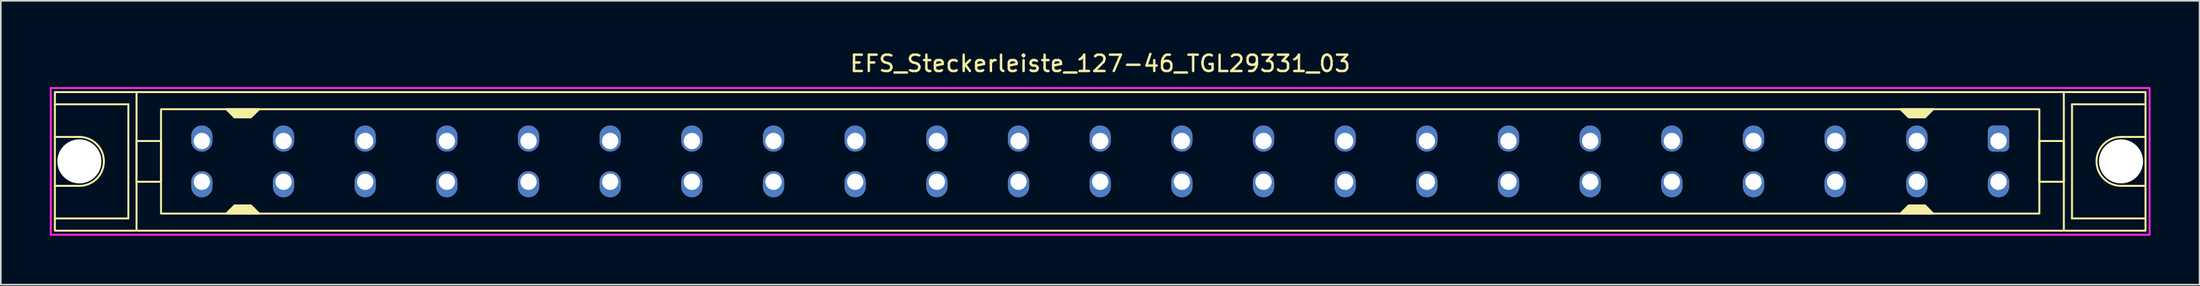
<source format=kicad_pcb>
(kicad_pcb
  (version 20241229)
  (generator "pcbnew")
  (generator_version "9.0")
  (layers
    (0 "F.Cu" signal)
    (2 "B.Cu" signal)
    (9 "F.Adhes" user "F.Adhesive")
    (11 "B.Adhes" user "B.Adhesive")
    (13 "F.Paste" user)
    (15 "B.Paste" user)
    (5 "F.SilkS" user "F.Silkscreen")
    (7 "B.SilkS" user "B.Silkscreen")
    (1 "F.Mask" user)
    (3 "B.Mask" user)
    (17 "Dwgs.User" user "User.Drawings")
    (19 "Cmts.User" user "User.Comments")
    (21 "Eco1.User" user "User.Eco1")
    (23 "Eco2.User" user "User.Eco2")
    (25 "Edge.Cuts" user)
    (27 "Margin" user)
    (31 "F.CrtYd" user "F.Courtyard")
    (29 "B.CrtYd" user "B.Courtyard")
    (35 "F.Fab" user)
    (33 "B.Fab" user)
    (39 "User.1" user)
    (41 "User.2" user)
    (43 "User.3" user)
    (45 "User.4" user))
  (footprint "EFS_Steckerleiste_127-46_TGL29331_03"
    (layer "F.Cu")
    (at 64.31 6.848)
    (property "Reference" "EFS_Steckerleiste_127-46_TGL29331_03" (at 0 -6 180) (layer "F.SilkS") (effects (font (size 1 1) (thickness 0.15))))
    (attr through_hole)
    (fp_line (start -64 -3.5) (end -59.5 -3.5) (stroke (width 0.12) (type solid)) (layer "F.SilkS"))
    (fp_line (start -62.5 -1.5) (end -64 -1.5) (stroke (width 0.12) (type solid)) (layer "F.SilkS"))
    (fp_line (start -62.5 1.5) (end -64 1.5) (stroke (width 0.12) (type solid)) (layer "F.SilkS"))
    (fp_line (start -59.5 -3.5) (end -59.5 3.5) (stroke (width 0.12) (type solid)) (layer "F.SilkS"))
    (fp_line (start -59.5 3.5) (end -64 3.5) (stroke (width 0.12) (type solid)) (layer "F.SilkS"))
    (fp_line (start -59 4.25) (end -59 -4.25) (stroke (width 0.12) (type solid)) (layer "F.SilkS"))
    (fp_line (start 59 4.25) (end 59 -4.25) (stroke (width 0.12) (type solid)) (layer "F.SilkS"))
    (fp_line (start 59.5 -3.5) (end 59.5 3.5) (stroke (width 0.12) (type solid)) (layer "F.SilkS"))
    (fp_line (start 59.5 3.5) (end 64 3.5) (stroke (width 0.12) (type solid)) (layer "F.SilkS"))
    (fp_line (start 62.5 -1.5) (end 64 -1.5) (stroke (width 0.12) (type solid)) (layer "F.SilkS"))
    (fp_line (start 62.5 1.5) (end 64 1.5) (stroke (width 0.12) (type solid)) (layer "F.SilkS"))
    (fp_line (start 64 -3.5) (end 59.5 -3.5) (stroke (width 0.12) (type solid)) (layer "F.SilkS"))
    (fp_rect (start -64 -4.25) (end 64 4.25) (stroke (width 0.12) (type solid)) (fill no) (layer "F.SilkS"))
    (fp_rect (start -57.5 -3.2) (end 57.5 3.2) (stroke (width 0.12) (type solid)) (fill no) (layer "F.SilkS"))
    (fp_rect (start -57.5 -1.25) (end -59 1.25) (stroke (width 0.12) (type solid)) (fill no) (layer "F.SilkS"))
    (fp_rect (start 59 -1.25) (end 57.5 1.25) (stroke (width 0.12) (type solid)) (fill no) (layer "F.SilkS"))
    (fp_arc (start -62.5 -1.5) (mid -61 0) (end -62.5 1.5) (stroke (width 0.12) (type solid)) (layer "F.SilkS"))
    (fp_arc (start 62.5 1.5) (mid 61 0) (end 62.5 -1.5) (stroke (width 0.12) (type solid)) (layer "F.SilkS"))
    (fp_poly (pts (xy -53 2.7) (xy -52 2.7) (xy -51.5 3.2) (xy -53.5 3.2)) (stroke (width 0.12) (type solid)) (fill yes) (layer "F.SilkS"))
    (fp_poly (pts (xy -52 -2.7) (xy -53 -2.7) (xy -53.5 -3.2) (xy -51.5 -3.2)) (stroke (width 0.12) (type solid)) (fill yes) (layer "F.SilkS"))
    (fp_poly (pts (xy 49.5 2.7) (xy 50.5 2.7) (xy 51 3.2) (xy 49 3.2)) (stroke (width 0.12) (type solid)) (fill yes) (layer "F.SilkS"))
    (fp_poly (pts (xy 50.5 -2.7) (xy 49.5 -2.7) (xy 49 -3.2) (xy 51 -3.2)) (stroke (width 0.12) (type solid)) (fill yes) (layer "F.SilkS"))
    (fp_rect (start -64.25 -4.5) (end 64.25 4.5) (stroke (width 0.12) (type solid)) (fill no) (layer "F.CrtYd"))
    (pad "" np_thru_hole circle (at -62.5 0) (size 2.7 2.7) (drill 2.7) (layers "*.Cu" "*.Mask"))
    (pad "" np_thru_hole circle (at 62.5 0) (size 2.7 2.7) (drill 2.7) (layers "*.Cu" "*.Mask"))
    (pad "1a" thru_hole roundrect (at 55 -1.25) (size 1.3 1.6) (drill 1 (offset 0 -0.15)) (layers "*.Cu" "*.Mask") (roundrect_rratio 0.25))
    (pad "1b" thru_hole oval (at 55 1.25) (size 1.3 1.6) (drill 1 (offset 0 0.15)) (layers "*.Cu" "*.Mask"))
    (pad "2a" thru_hole oval (at 50 -1.25) (size 1.3 1.6) (drill 1 (offset 0 -0.15)) (layers "*.Cu" "*.Mask"))
    (pad "2b" thru_hole oval (at 50 1.25) (size 1.3 1.6) (drill 1 (offset 0 0.15)) (layers "*.Cu" "*.Mask"))
    (pad "3a" thru_hole oval (at 45 -1.25) (size 1.3 1.6) (drill 1 (offset 0 -0.15)) (layers "*.Cu" "*.Mask"))
    (pad "3b" thru_hole oval (at 45 1.25) (size 1.3 1.6) (drill 1 (offset 0 0.15)) (layers "*.Cu" "*.Mask"))
    (pad "4a" thru_hole oval (at 40 -1.25) (size 1.3 1.6) (drill 1 (offset 0 -0.15)) (layers "*.Cu" "*.Mask"))
    (pad "4b" thru_hole oval (at 40 1.25) (size 1.3 1.6) (drill 1 (offset 0 0.15)) (layers "*.Cu" "*.Mask"))
    (pad "5a" thru_hole oval (at 35 -1.25) (size 1.3 1.6) (drill 1 (offset 0 -0.15)) (layers "*.Cu" "*.Mask"))
    (pad "5b" thru_hole oval (at 35 1.25) (size 1.3 1.6) (drill 1 (offset 0 0.15)) (layers "*.Cu" "*.Mask"))
    (pad "6a" thru_hole oval (at 30 -1.25) (size 1.3 1.6) (drill 1 (offset 0 -0.15)) (layers "*.Cu" "*.Mask"))
    (pad "6b" thru_hole oval (at 30 1.25) (size 1.3 1.6) (drill 1 (offset 0 0.15)) (layers "*.Cu" "*.Mask"))
    (pad "7a" thru_hole oval (at 25 -1.25) (size 1.3 1.6) (drill 1 (offset 0 -0.15)) (layers "*.Cu" "*.Mask"))
    (pad "7b" thru_hole oval (at 25 1.25) (size 1.3 1.6) (drill 1 (offset 0 0.15)) (layers "*.Cu" "*.Mask"))
    (pad "8a" thru_hole oval (at 20 -1.25) (size 1.3 1.6) (drill 1 (offset 0 -0.15)) (layers "*.Cu" "*.Mask"))
    (pad "8b" thru_hole oval (at 20 1.25) (size 1.3 1.6) (drill 1 (offset 0 0.15)) (layers "*.Cu" "*.Mask"))
    (pad "9a" thru_hole oval (at 15 -1.25) (size 1.3 1.6) (drill 1 (offset 0 -0.15)) (layers "*.Cu" "*.Mask"))
    (pad "9b" thru_hole oval (at 15 1.25) (size 1.3 1.6) (drill 1 (offset 0 0.15)) (layers "*.Cu" "*.Mask"))
    (pad "10a" thru_hole oval (at 10 -1.25) (size 1.3 1.6) (drill 1 (offset 0 -0.15)) (layers "*.Cu" "*.Mask"))
    (pad "10b" thru_hole oval (at 10 1.25) (size 1.3 1.6) (drill 1 (offset 0 0.15)) (layers "*.Cu" "*.Mask"))
    (pad "11a" thru_hole oval (at 5 -1.25) (size 1.3 1.6) (drill 1 (offset 0 -0.15)) (layers "*.Cu" "*.Mask"))
    (pad "11b" thru_hole oval (at 5 1.25) (size 1.3 1.6) (drill 1 (offset 0 0.15)) (layers "*.Cu" "*.Mask"))
    (pad "12a" thru_hole oval (at 0 -1.25) (size 1.3 1.6) (drill 1 (offset 0 -0.15)) (layers "*.Cu" "*.Mask"))
    (pad "12b" thru_hole oval (at 0 1.25) (size 1.3 1.6) (drill 1 (offset 0 0.15)) (layers "*.Cu" "*.Mask"))
    (pad "13a" thru_hole oval (at -5 -1.25) (size 1.3 1.6) (drill 1 (offset 0 -0.15)) (layers "*.Cu" "*.Mask"))
    (pad "13b" thru_hole oval (at -5 1.25) (size 1.3 1.6) (drill 1 (offset 0 0.15)) (layers "*.Cu" "*.Mask"))
    (pad "14a" thru_hole oval (at -10 -1.25) (size 1.3 1.6) (drill 1 (offset 0 -0.15)) (layers "*.Cu" "*.Mask"))
    (pad "14b" thru_hole oval (at -10 1.25) (size 1.3 1.6) (drill 1 (offset 0 0.15)) (layers "*.Cu" "*.Mask"))
    (pad "15a" thru_hole oval (at -15 -1.25) (size 1.3 1.6) (drill 1 (offset 0 -0.15)) (layers "*.Cu" "*.Mask"))
    (pad "15b" thru_hole oval (at -15 1.25) (size 1.3 1.6) (drill 1 (offset 0 0.15)) (layers "*.Cu" "*.Mask"))
    (pad "16a" thru_hole oval (at -20 -1.25) (size 1.3 1.6) (drill 1 (offset 0 -0.15)) (layers "*.Cu" "*.Mask"))
    (pad "16b" thru_hole oval (at -20 1.25) (size 1.3 1.6) (drill 1 (offset 0 0.15)) (layers "*.Cu" "*.Mask"))
    (pad "17a" thru_hole oval (at -25 -1.25) (size 1.3 1.6) (drill 1 (offset 0 -0.15)) (layers "*.Cu" "*.Mask"))
    (pad "17b" thru_hole oval (at -25 1.25) (size 1.3 1.6) (drill 1 (offset 0 0.15)) (layers "*.Cu" "*.Mask"))
    (pad "18a" thru_hole oval (at -30 -1.25) (size 1.3 1.6) (drill 1 (offset 0 -0.15)) (layers "*.Cu" "*.Mask"))
    (pad "18b" thru_hole oval (at -30 1.25) (size 1.3 1.6) (drill 1 (offset 0 0.15)) (layers "*.Cu" "*.Mask"))
    (pad "19a" thru_hole oval (at -35 -1.25) (size 1.3 1.6) (drill 1 (offset 0 -0.15)) (layers "*.Cu" "*.Mask"))
    (pad "19b" thru_hole oval (at -35 1.25) (size 1.3 1.6) (drill 1 (offset 0 0.15)) (layers "*.Cu" "*.Mask"))
    (pad "20a" thru_hole oval (at -40 -1.25) (size 1.3 1.6) (drill 1 (offset 0 -0.15)) (layers "*.Cu" "*.Mask"))
    (pad "20b" thru_hole oval (at -40 1.25) (size 1.3 1.6) (drill 1 (offset 0 0.15)) (layers "*.Cu" "*.Mask"))
    (pad "21a" thru_hole oval (at -45 -1.25) (size 1.3 1.6) (drill 1 (offset 0 -0.15)) (layers "*.Cu" "*.Mask"))
    (pad "21b" thru_hole oval (at -45 1.25) (size 1.3 1.6) (drill 1 (offset 0 0.15)) (layers "*.Cu" "*.Mask"))
    (pad "22a" thru_hole oval (at -50 -1.25) (size 1.3 1.6) (drill 1 (offset 0 -0.15)) (layers "*.Cu" "*.Mask"))
    (pad "22b" thru_hole oval (at -50 1.25) (size 1.3 1.6) (drill 1 (offset 0 0.15)) (layers "*.Cu" "*.Mask"))
    (pad "23a" thru_hole oval (at -55 -1.25) (size 1.3 1.6) (drill 1 (offset 0 -0.15)) (layers "*.Cu" "*.Mask"))
    (pad "23b" thru_hole oval (at -55 1.25) (size 1.3 1.6) (drill 1 (offset 0 0.15)) (layers "*.Cu" "*.Mask")))
  (gr_rect
    (start -3 -3)
    (end 131.62 14.408)
    (stroke (width 0.1) (type default))
    (fill no)
    (layer "Edge.Cuts")))
</source>
